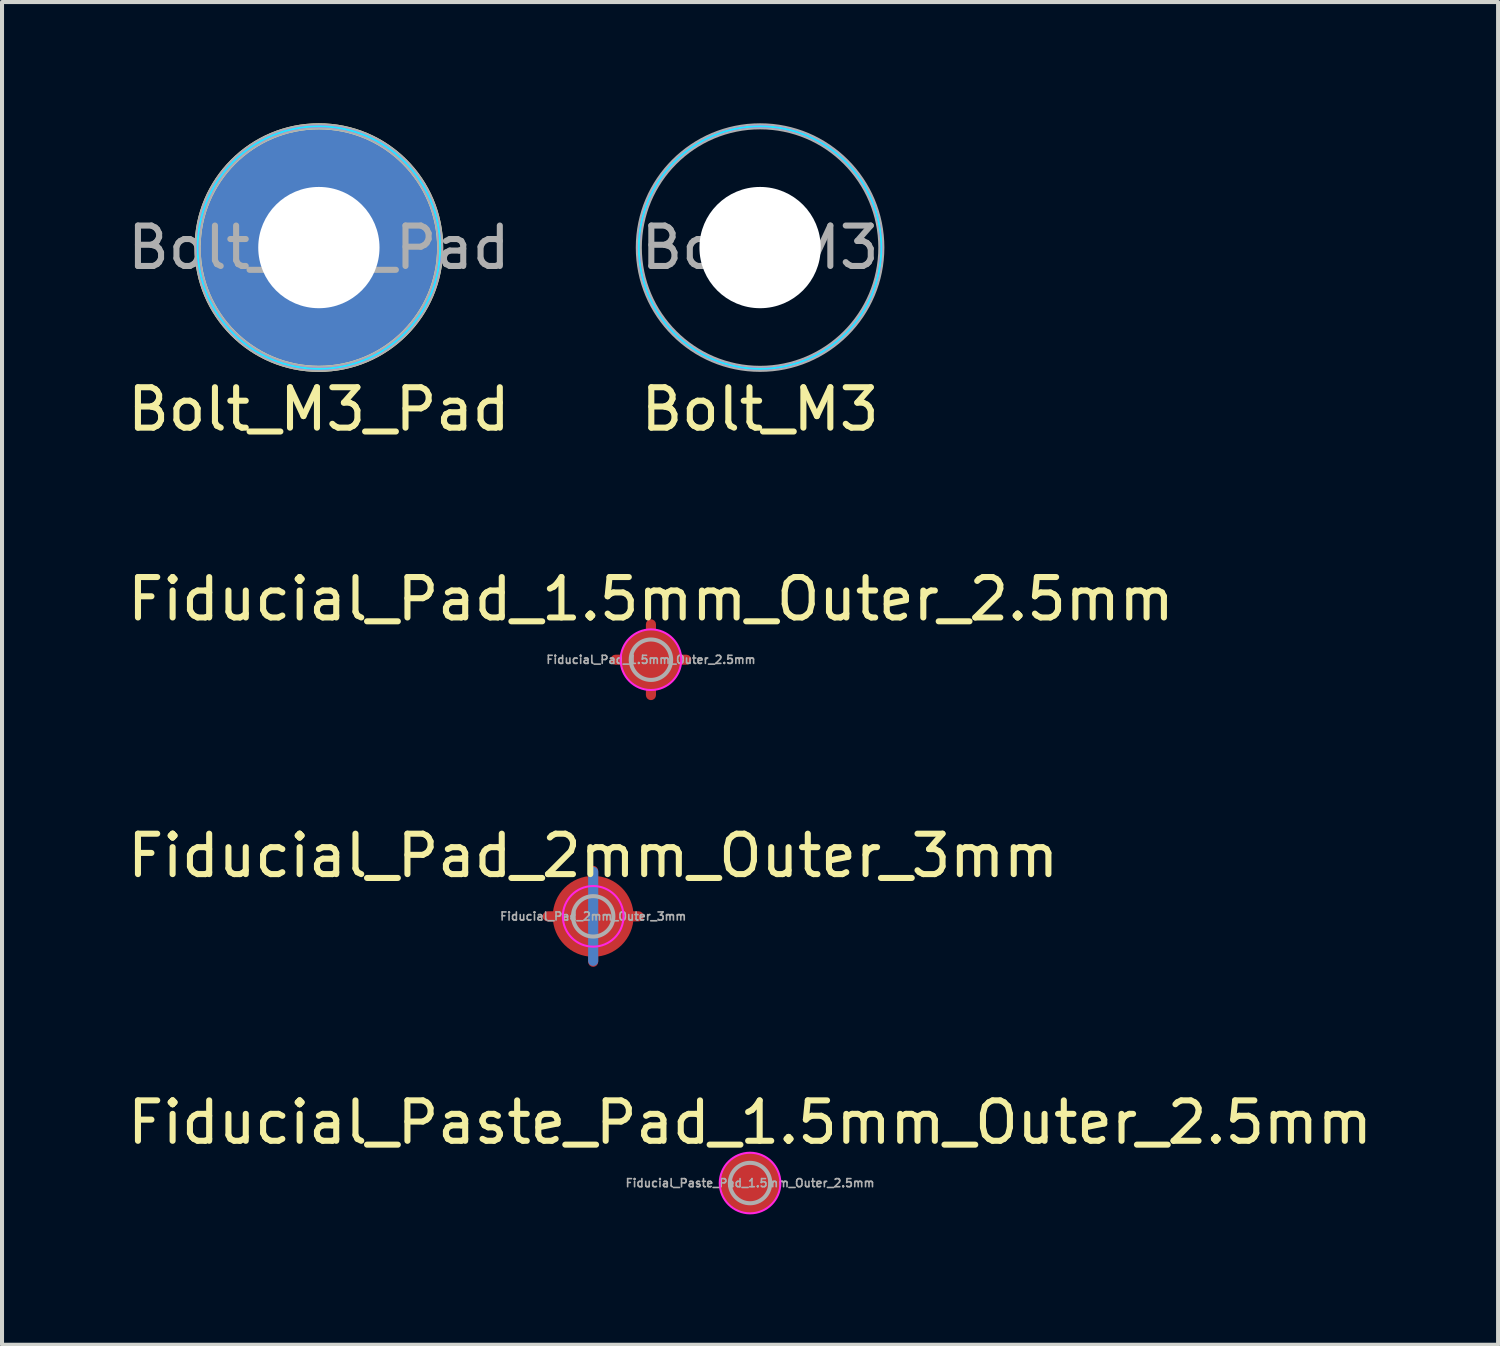
<source format=kicad_pcb>
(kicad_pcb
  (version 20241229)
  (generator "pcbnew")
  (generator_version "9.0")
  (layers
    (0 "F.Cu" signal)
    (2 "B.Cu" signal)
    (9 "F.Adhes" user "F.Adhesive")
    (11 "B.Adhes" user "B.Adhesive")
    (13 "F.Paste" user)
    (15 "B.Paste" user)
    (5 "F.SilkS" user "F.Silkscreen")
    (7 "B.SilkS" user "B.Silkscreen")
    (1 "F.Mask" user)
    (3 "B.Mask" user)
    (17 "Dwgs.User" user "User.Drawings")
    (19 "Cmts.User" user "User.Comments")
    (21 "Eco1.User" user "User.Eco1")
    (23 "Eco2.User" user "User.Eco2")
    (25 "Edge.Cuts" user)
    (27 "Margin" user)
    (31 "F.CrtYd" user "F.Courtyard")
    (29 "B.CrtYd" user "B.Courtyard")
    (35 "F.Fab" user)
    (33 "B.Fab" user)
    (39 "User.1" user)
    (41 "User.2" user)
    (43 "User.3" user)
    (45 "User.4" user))
  (footprint "Fiducial_Paste_Pad_1.5mm_Outer_2.5mm"
    (layer "F.Cu")
    (at 15.506 26.218)
    (property "Reference" "Fiducial_Paste_Pad_1.5mm_Outer_2.5mm" (at 0 -1.5 0) (layer "F.SilkS") (effects (font (size 1 1) (thickness 0.15))))
    (attr exclude_from_pos_files exclude_from_bom)
    (fp_circle (center 0 0) (end 0.75 0) (stroke (width 0.05) (type solid)) (fill no) (layer "F.CrtYd"))
    (fp_circle (center 0 0) (end 0.5 0) (stroke (width 0.1) (type solid)) (fill no) (layer "F.Fab"))
    (fp_text user "${REFERENCE}" (at 0 0 0) (layer "F.Fab") (effects (font (size 0.2 0.2) (thickness 0.04))))
    (pad "" smd circle (at 0 0) (size 1.5 1.5) (layers "F.Cu" "F.Mask"))
    (pad "" smd circle (at 0 0) (size 2 2) (layers "F.Paste")))
  (footprint "Bolt_M3"
    (layer "F.Cu")
    (at 15.754 3.075)
    (property "Reference" "Bolt_M3" (at 0 4 0) (layer "F.SilkS") (effects (font (size 1 1) (thickness 0.15))))
    (attr exclude_from_pos_files exclude_from_bom)
    (fp_circle (center 0 0) (end 3 0) (stroke (width 0.05) (type solid)) (fill no) (layer "B.CrtYd"))
    (fp_circle (center 0 0) (end 3 0) (stroke (width 0.05) (type solid)) (fill no) (layer "F.CrtYd"))
    (fp_circle (center 0 0) (end 3 0) (stroke (width 0.15) (type solid)) (fill no) (layer "F.Fab"))
    (fp_text user "${REFERENCE}" (at 0 0 0) (layer "F.Fab") (effects (font (size 1 1) (thickness 0.15))))
    (pad "" np_thru_hole circle (at 0 0) (size 3 3) (drill 3) (layers "*.Cu" "*.Mask")))
  (footprint "Fiducial_Pad_2mm_Outer_3mm"
    (layer "F.Cu")
    (at 11.625 19.62)
    (property "Reference" "Fiducial_Pad_2mm_Outer_3mm" (at 0 -1.5 0) (layer "F.SilkS") (effects (font (size 1 1) (thickness 0.15))))
    (attr exclude_from_bom)
    (fp_line (start 0 -1.1) (end 0 1.1) (stroke (width 0.25) (type solid)) (layer "B.Cu"))
    (fp_circle (center 0 0) (end 0.75 0) (stroke (width 0.05) (type solid)) (fill no) (layer "F.CrtYd"))
    (fp_circle (center 0 0) (end 0.5 0) (stroke (width 0.1) (type solid)) (fill no) (layer "F.Fab"))
    (fp_text user "${REFERENCE}" (at 0 0 0) (layer "F.Fab") (effects (font (size 0.2 0.2) (thickness 0.04))))
    (pad "" smd circle (at 0 0) (size 2 2) (layers "F.Cu" "F.Mask"))
    (pad "" smd roundrect (at 0 0 180) (size 2.5 0.25) (layers "F.Cu" "F.Mask") (roundrect_rratio 0.5))
    (pad "" smd roundrect (at 0 0 90) (size 2.5 0.25) (layers "F.Cu" "F.Mask") (roundrect_rratio 0.5)))
  (footprint "Bolt_M3_Pad"
    (layer "F.Cu")
    (at 4.839 3.075)
    (property "Reference" "Bolt_M3_Pad" (at 0 4 0) (layer "F.SilkS") (effects (font (size 1 1) (thickness 0.15))))
    (attr through_hole)
    (fp_circle (center 0 0) (end 3 0) (stroke (width 0.15) (type solid)) (fill no) (layer "F.SilkS"))
    (fp_circle (center 0 0) (end 3 0) (stroke (width 0.05) (type solid)) (fill no) (layer "B.CrtYd"))
    (fp_circle (center 0 0) (end 3 0) (stroke (width 0.05) (type solid)) (fill no) (layer "F.CrtYd"))
    (fp_circle (center 0 0) (end 3 0) (stroke (width 0.15) (type solid)) (fill no) (layer "F.Fab"))
    (fp_text user "${REFERENCE}" (at 0 0 0) (layer "F.Fab") (effects (font (size 1 1) (thickness 0.15))))
    (pad "1" thru_hole circle (at 0 0) (size 6 6) (drill 3) (layers "*.Cu" "*.Mask")))
  (footprint "Fiducial_Pad_1.5mm_Outer_2.5mm"
    (layer "F.Cu")
    (at 13.054 13.271)
    (property "Reference" "Fiducial_Pad_1.5mm_Outer_2.5mm" (at 0 -1.5 0) (layer "F.SilkS") (effects (font (size 1 1) (thickness 0.15))))
    (attr exclude_from_pos_files exclude_from_bom)
    (fp_circle (center 0 0) (end 0.75 0) (stroke (width 0.05) (type solid)) (fill no) (layer "F.CrtYd"))
    (fp_circle (center 0 0) (end 0.5 0) (stroke (width 0.1) (type solid)) (fill no) (layer "F.Fab"))
    (fp_text user "${REFERENCE}" (at 0 0 0) (layer "F.Fab") (effects (font (size 0.2 0.2) (thickness 0.04))))
    (pad "" smd circle (at 0 0) (size 1.5 1.5) (layers "F.Cu" "F.Mask"))
    (pad "" smd roundrect (at 0 0) (size 2 0.25) (layers "F.Cu" "F.Mask") (roundrect_rratio 0.5))
    (pad "" smd roundrect (at 0 0 90) (size 2 0.25) (layers "F.Cu" "F.Mask") (roundrect_rratio 0.5)))
  (gr_rect
    (start -3 -3)
    (end 34.012 30.218)
    (stroke (width 0.1) (type default))
    (fill no)
    (layer "Edge.Cuts")))
</source>
